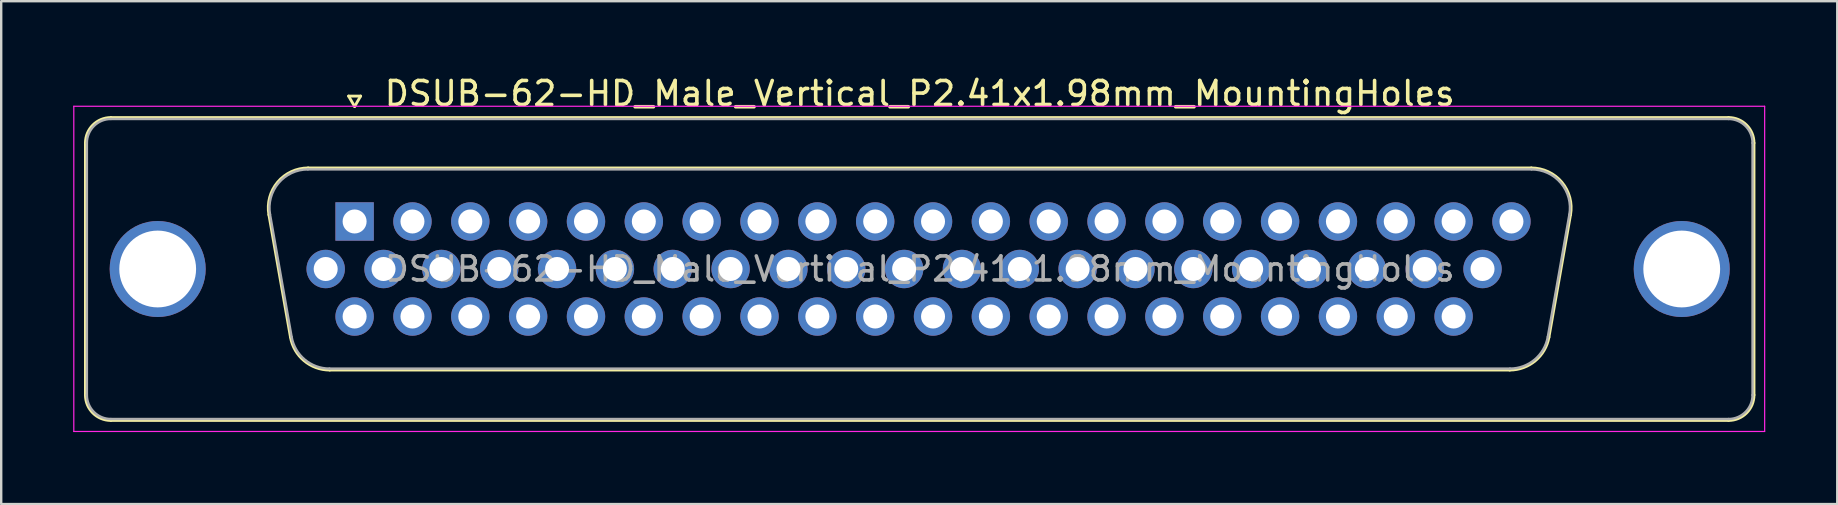
<source format=kicad_pcb>
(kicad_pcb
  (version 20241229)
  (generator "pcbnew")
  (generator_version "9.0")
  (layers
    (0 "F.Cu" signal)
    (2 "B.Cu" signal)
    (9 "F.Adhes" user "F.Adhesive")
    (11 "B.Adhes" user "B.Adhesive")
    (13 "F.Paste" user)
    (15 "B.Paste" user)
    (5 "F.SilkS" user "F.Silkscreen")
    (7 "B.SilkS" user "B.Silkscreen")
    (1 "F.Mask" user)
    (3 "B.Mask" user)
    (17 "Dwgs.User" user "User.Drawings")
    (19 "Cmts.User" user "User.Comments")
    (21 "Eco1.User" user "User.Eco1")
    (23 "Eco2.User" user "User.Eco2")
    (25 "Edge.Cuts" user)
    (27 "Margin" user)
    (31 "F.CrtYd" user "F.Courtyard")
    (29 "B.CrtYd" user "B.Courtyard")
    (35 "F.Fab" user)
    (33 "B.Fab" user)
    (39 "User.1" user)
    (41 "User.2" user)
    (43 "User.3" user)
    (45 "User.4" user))
  (footprint "DSUB-62-HD_Male_Vertical_P2.41x1.98mm_MountingHoles"
    (layer "F.Cu")
    (at 11.725 6.178)
    (property "Reference" "DSUB-62-HD_Male_Vertical_P2.41x1.98mm_MountingHoles" (at 23.545 -5.33 0) (layer "F.SilkS") (effects (font (size 1 1) (thickness 0.15))))
    (attr through_hole)
    (fp_line (start -11.215 7.23) (end -11.215 -3.27) (stroke (width 0.12) (type solid)) (layer "F.SilkS"))
    (fp_line (start -10.155 -4.33) (end 57.245 -4.33) (stroke (width 0.12) (type solid)) (layer "F.SilkS"))
    (fp_line (start -3.571 -0.282) (end -2.672 4.818) (stroke (width 0.12) (type solid)) (layer "F.SilkS"))
    (fp_line (start -1.937 -2.23) (end 49.027 -2.23) (stroke (width 0.12) (type solid)) (layer "F.SilkS"))
    (fp_line (start -1.037 6.19) (end 48.127 6.19) (stroke (width 0.12) (type solid)) (layer "F.SilkS"))
    (fp_line (start -0.25 -5.224) (end 0.25 -5.224) (stroke (width 0.12) (type solid)) (layer "F.SilkS"))
    (fp_line (start 0 -4.791) (end -0.25 -5.224) (stroke (width 0.12) (type solid)) (layer "F.SilkS"))
    (fp_line (start 0.25 -5.224) (end 0 -4.791) (stroke (width 0.12) (type solid)) (layer "F.SilkS"))
    (fp_line (start 50.661 -0.282) (end 49.762 4.818) (stroke (width 0.12) (type solid)) (layer "F.SilkS"))
    (fp_line (start 57.245 8.29) (end -10.155 8.29) (stroke (width 0.12) (type solid)) (layer "F.SilkS"))
    (fp_line (start 58.305 -3.27) (end 58.305 7.23) (stroke (width 0.12) (type solid)) (layer "F.SilkS"))
    (fp_arc (start -11.215 -3.27) (mid -10.904533 -4.019533) (end -10.155 -4.33) (stroke (width 0.12) (type solid)) (layer "F.SilkS"))
    (fp_arc (start -10.155 8.29) (mid -10.904533 7.979533) (end -11.215 7.23) (stroke (width 0.12) (type solid)) (layer "F.SilkS"))
    (fp_arc (start -3.57147 -0.281744) (mid -3.208323 -1.637028) (end -1.936689 -2.23) (stroke (width 0.12) (type solid)) (layer "F.SilkS"))
    (fp_arc (start -1.037421 6.19) (mid -2.104448 5.801634) (end -2.672202 4.818256) (stroke (width 0.12) (type solid)) (layer "F.SilkS"))
    (fp_arc (start 49.026689 -2.23) (mid 50.298323 -1.637027) (end 50.66147 -0.281744) (stroke (width 0.12) (type solid)) (layer "F.SilkS"))
    (fp_arc (start 49.762202 4.818256) (mid 49.194449 5.801634) (end 48.127421 6.19) (stroke (width 0.12) (type solid)) (layer "F.SilkS"))
    (fp_arc (start 57.245 -4.33) (mid 57.994533 -4.019533) (end 58.305 -3.27) (stroke (width 0.12) (type solid)) (layer "F.SilkS"))
    (fp_arc (start 58.305 7.23) (mid 57.994533 7.979533) (end 57.245 8.29) (stroke (width 0.12) (type solid)) (layer "F.SilkS"))
    (fp_line (start -11.7 -4.8) (end -11.7 8.75) (stroke (width 0.05) (type solid)) (layer "F.CrtYd"))
    (fp_line (start -11.7 8.75) (end 58.75 8.75) (stroke (width 0.05) (type solid)) (layer "F.CrtYd"))
    (fp_line (start 58.75 -4.8) (end -11.7 -4.8) (stroke (width 0.05) (type solid)) (layer "F.CrtYd"))
    (fp_line (start 58.75 8.75) (end 58.75 -4.8) (stroke (width 0.05) (type solid)) (layer "F.CrtYd"))
    (fp_line (start -11.155 7.23) (end -11.155 -3.27) (stroke (width 0.1) (type solid)) (layer "F.Fab"))
    (fp_line (start -10.155 -4.27) (end 57.245 -4.27) (stroke (width 0.1) (type solid)) (layer "F.Fab"))
    (fp_line (start -3.524 -0.292) (end -2.625 4.808) (stroke (width 0.1) (type solid)) (layer "F.Fab"))
    (fp_line (start -1.948 -2.17) (end 49.038 -2.17) (stroke (width 0.1) (type solid)) (layer "F.Fab"))
    (fp_line (start -1.049 6.13) (end 48.139 6.13) (stroke (width 0.1) (type solid)) (layer "F.Fab"))
    (fp_line (start 50.614 -0.292) (end 49.715 4.808) (stroke (width 0.1) (type solid)) (layer "F.Fab"))
    (fp_line (start 57.245 8.23) (end -10.155 8.23) (stroke (width 0.1) (type solid)) (layer "F.Fab"))
    (fp_line (start 58.245 -3.27) (end 58.245 7.23) (stroke (width 0.1) (type solid)) (layer "F.Fab"))
    (fp_arc (start -11.155 -3.27) (mid -10.862107 -3.977107) (end -10.155 -4.27) (stroke (width 0.1) (type solid)) (layer "F.Fab"))
    (fp_arc (start -10.155 8.23) (mid -10.862107 7.937107) (end -11.155 7.23) (stroke (width 0.1) (type solid)) (layer "F.Fab"))
    (fp_arc (start -3.523886 -0.292163) (mid -3.173865 -1.59846) (end -1.948194 -2.17) (stroke (width 0.1) (type solid)) (layer "F.Fab"))
    (fp_arc (start -1.048927 6.13) (mid -2.077387 5.755671) (end -2.624619 4.807837) (stroke (width 0.1) (type solid)) (layer "F.Fab"))
    (fp_arc (start 49.038194 -2.17) (mid 50.263865 -1.59846) (end 50.613886 -0.292163) (stroke (width 0.1) (type solid)) (layer "F.Fab"))
    (fp_arc (start 49.714619 4.807837) (mid 49.167387 5.755671) (end 48.138927 6.13) (stroke (width 0.1) (type solid)) (layer "F.Fab"))
    (fp_arc (start 57.245 -4.27) (mid 57.952107 -3.977107) (end 58.245 -3.27) (stroke (width 0.1) (type solid)) (layer "F.Fab"))
    (fp_arc (start 58.245 7.23) (mid 57.952107 7.937107) (end 57.245 8.23) (stroke (width 0.1) (type solid)) (layer "F.Fab"))
    (fp_text user "${REFERENCE}" (at 23.545 1.98 0) (layer "F.Fab") (effects (font (size 1 1) (thickness 0.15))))
    (pad "0" thru_hole circle (at -8.205 1.98) (size 4 4) (drill 3.2) (layers "*.Cu" "*.Mask"))
    (pad "0" thru_hole circle (at 55.295 1.98) (size 4 4) (drill 3.2) (layers "*.Cu" "*.Mask"))
    (pad "1" thru_hole rect (at 0 0) (size 1.6 1.6) (drill 1) (layers "*.Cu" "*.Mask"))
    (pad "2" thru_hole circle (at 2.41 0) (size 1.6 1.6) (drill 1) (layers "*.Cu" "*.Mask"))
    (pad "3" thru_hole circle (at 4.82 0) (size 1.6 1.6) (drill 1) (layers "*.Cu" "*.Mask"))
    (pad "4" thru_hole circle (at 7.23 0) (size 1.6 1.6) (drill 1) (layers "*.Cu" "*.Mask"))
    (pad "5" thru_hole circle (at 9.64 0) (size 1.6 1.6) (drill 1) (layers "*.Cu" "*.Mask"))
    (pad "6" thru_hole circle (at 12.05 0) (size 1.6 1.6) (drill 1) (layers "*.Cu" "*.Mask"))
    (pad "7" thru_hole circle (at 14.46 0) (size 1.6 1.6) (drill 1) (layers "*.Cu" "*.Mask"))
    (pad "8" thru_hole circle (at 16.87 0) (size 1.6 1.6) (drill 1) (layers "*.Cu" "*.Mask"))
    (pad "9" thru_hole circle (at 19.28 0) (size 1.6 1.6) (drill 1) (layers "*.Cu" "*.Mask"))
    (pad "10" thru_hole circle (at 21.69 0) (size 1.6 1.6) (drill 1) (layers "*.Cu" "*.Mask"))
    (pad "11" thru_hole circle (at 24.1 0) (size 1.6 1.6) (drill 1) (layers "*.Cu" "*.Mask"))
    (pad "12" thru_hole circle (at 26.51 0) (size 1.6 1.6) (drill 1) (layers "*.Cu" "*.Mask"))
    (pad "13" thru_hole circle (at 28.92 0) (size 1.6 1.6) (drill 1) (layers "*.Cu" "*.Mask"))
    (pad "14" thru_hole circle (at 31.33 0) (size 1.6 1.6) (drill 1) (layers "*.Cu" "*.Mask"))
    (pad "15" thru_hole circle (at 33.74 0) (size 1.6 1.6) (drill 1) (layers "*.Cu" "*.Mask"))
    (pad "16" thru_hole circle (at 36.15 0) (size 1.6 1.6) (drill 1) (layers "*.Cu" "*.Mask"))
    (pad "17" thru_hole circle (at 38.56 0) (size 1.6 1.6) (drill 1) (layers "*.Cu" "*.Mask"))
    (pad "18" thru_hole circle (at 40.97 0) (size 1.6 1.6) (drill 1) (layers "*.Cu" "*.Mask"))
    (pad "19" thru_hole circle (at 43.38 0) (size 1.6 1.6) (drill 1) (layers "*.Cu" "*.Mask"))
    (pad "20" thru_hole circle (at 45.79 0) (size 1.6 1.6) (drill 1) (layers "*.Cu" "*.Mask"))
    (pad "21" thru_hole circle (at 48.2 0) (size 1.6 1.6) (drill 1) (layers "*.Cu" "*.Mask"))
    (pad "22" thru_hole circle (at -1.205 1.98) (size 1.6 1.6) (drill 1) (layers "*.Cu" "*.Mask"))
    (pad "23" thru_hole circle (at 1.205 1.98) (size 1.6 1.6) (drill 1) (layers "*.Cu" "*.Mask"))
    (pad "24" thru_hole circle (at 3.615 1.98) (size 1.6 1.6) (drill 1) (layers "*.Cu" "*.Mask"))
    (pad "25" thru_hole circle (at 6.025 1.98) (size 1.6 1.6) (drill 1) (layers "*.Cu" "*.Mask"))
    (pad "26" thru_hole circle (at 8.435 1.98) (size 1.6 1.6) (drill 1) (layers "*.Cu" "*.Mask"))
    (pad "27" thru_hole circle (at 10.845 1.98) (size 1.6 1.6) (drill 1) (layers "*.Cu" "*.Mask"))
    (pad "28" thru_hole circle (at 13.255 1.98) (size 1.6 1.6) (drill 1) (layers "*.Cu" "*.Mask"))
    (pad "29" thru_hole circle (at 15.665 1.98) (size 1.6 1.6) (drill 1) (layers "*.Cu" "*.Mask"))
    (pad "30" thru_hole circle (at 18.075 1.98) (size 1.6 1.6) (drill 1) (layers "*.Cu" "*.Mask"))
    (pad "31" thru_hole circle (at 20.485 1.98) (size 1.6 1.6) (drill 1) (layers "*.Cu" "*.Mask"))
    (pad "32" thru_hole circle (at 22.895 1.98) (size 1.6 1.6) (drill 1) (layers "*.Cu" "*.Mask"))
    (pad "33" thru_hole circle (at 25.305 1.98) (size 1.6 1.6) (drill 1) (layers "*.Cu" "*.Mask"))
    (pad "34" thru_hole circle (at 27.715 1.98) (size 1.6 1.6) (drill 1) (layers "*.Cu" "*.Mask"))
    (pad "35" thru_hole circle (at 30.125 1.98) (size 1.6 1.6) (drill 1) (layers "*.Cu" "*.Mask"))
    (pad "36" thru_hole circle (at 32.535 1.98) (size 1.6 1.6) (drill 1) (layers "*.Cu" "*.Mask"))
    (pad "37" thru_hole circle (at 34.945 1.98) (size 1.6 1.6) (drill 1) (layers "*.Cu" "*.Mask"))
    (pad "38" thru_hole circle (at 37.355 1.98) (size 1.6 1.6) (drill 1) (layers "*.Cu" "*.Mask"))
    (pad "39" thru_hole circle (at 39.765 1.98) (size 1.6 1.6) (drill 1) (layers "*.Cu" "*.Mask"))
    (pad "40" thru_hole circle (at 42.175 1.98) (size 1.6 1.6) (drill 1) (layers "*.Cu" "*.Mask"))
    (pad "41" thru_hole circle (at 44.585 1.98) (size 1.6 1.6) (drill 1) (layers "*.Cu" "*.Mask"))
    (pad "42" thru_hole circle (at 46.995 1.98) (size 1.6 1.6) (drill 1) (layers "*.Cu" "*.Mask"))
    (pad "43" thru_hole circle (at 0 3.96) (size 1.6 1.6) (drill 1) (layers "*.Cu" "*.Mask"))
    (pad "44" thru_hole circle (at 2.41 3.96) (size 1.6 1.6) (drill 1) (layers "*.Cu" "*.Mask"))
    (pad "45" thru_hole circle (at 4.82 3.96) (size 1.6 1.6) (drill 1) (layers "*.Cu" "*.Mask"))
    (pad "46" thru_hole circle (at 7.23 3.96) (size 1.6 1.6) (drill 1) (layers "*.Cu" "*.Mask"))
    (pad "47" thru_hole circle (at 9.64 3.96) (size 1.6 1.6) (drill 1) (layers "*.Cu" "*.Mask"))
    (pad "48" thru_hole circle (at 12.05 3.96) (size 1.6 1.6) (drill 1) (layers "*.Cu" "*.Mask"))
    (pad "49" thru_hole circle (at 14.46 3.96) (size 1.6 1.6) (drill 1) (layers "*.Cu" "*.Mask"))
    (pad "50" thru_hole circle (at 16.87 3.96) (size 1.6 1.6) (drill 1) (layers "*.Cu" "*.Mask"))
    (pad "51" thru_hole circle (at 19.28 3.96) (size 1.6 1.6) (drill 1) (layers "*.Cu" "*.Mask"))
    (pad "52" thru_hole circle (at 21.69 3.96) (size 1.6 1.6) (drill 1) (layers "*.Cu" "*.Mask"))
    (pad "53" thru_hole circle (at 24.1 3.96) (size 1.6 1.6) (drill 1) (layers "*.Cu" "*.Mask"))
    (pad "54" thru_hole circle (at 26.51 3.96) (size 1.6 1.6) (drill 1) (layers "*.Cu" "*.Mask"))
    (pad "55" thru_hole circle (at 28.92 3.96) (size 1.6 1.6) (drill 1) (layers "*.Cu" "*.Mask"))
    (pad "56" thru_hole circle (at 31.33 3.96) (size 1.6 1.6) (drill 1) (layers "*.Cu" "*.Mask"))
    (pad "57" thru_hole circle (at 33.74 3.96) (size 1.6 1.6) (drill 1) (layers "*.Cu" "*.Mask"))
    (pad "58" thru_hole circle (at 36.15 3.96) (size 1.6 1.6) (drill 1) (layers "*.Cu" "*.Mask"))
    (pad "59" thru_hole circle (at 38.56 3.96) (size 1.6 1.6) (drill 1) (layers "*.Cu" "*.Mask"))
    (pad "60" thru_hole circle (at 40.97 3.96) (size 1.6 1.6) (drill 1) (layers "*.Cu" "*.Mask"))
    (pad "61" thru_hole circle (at 43.38 3.96) (size 1.6 1.6) (drill 1) (layers "*.Cu" "*.Mask"))
    (pad "62" thru_hole circle (at 45.79 3.96) (size 1.6 1.6) (drill 1) (layers "*.Cu" "*.Mask")))
  (gr_rect
    (start -3 -3)
    (end 73.5 17.953)
    (stroke (width 0.1) (type default))
    (fill no)
    (layer "Edge.Cuts")))
</source>
